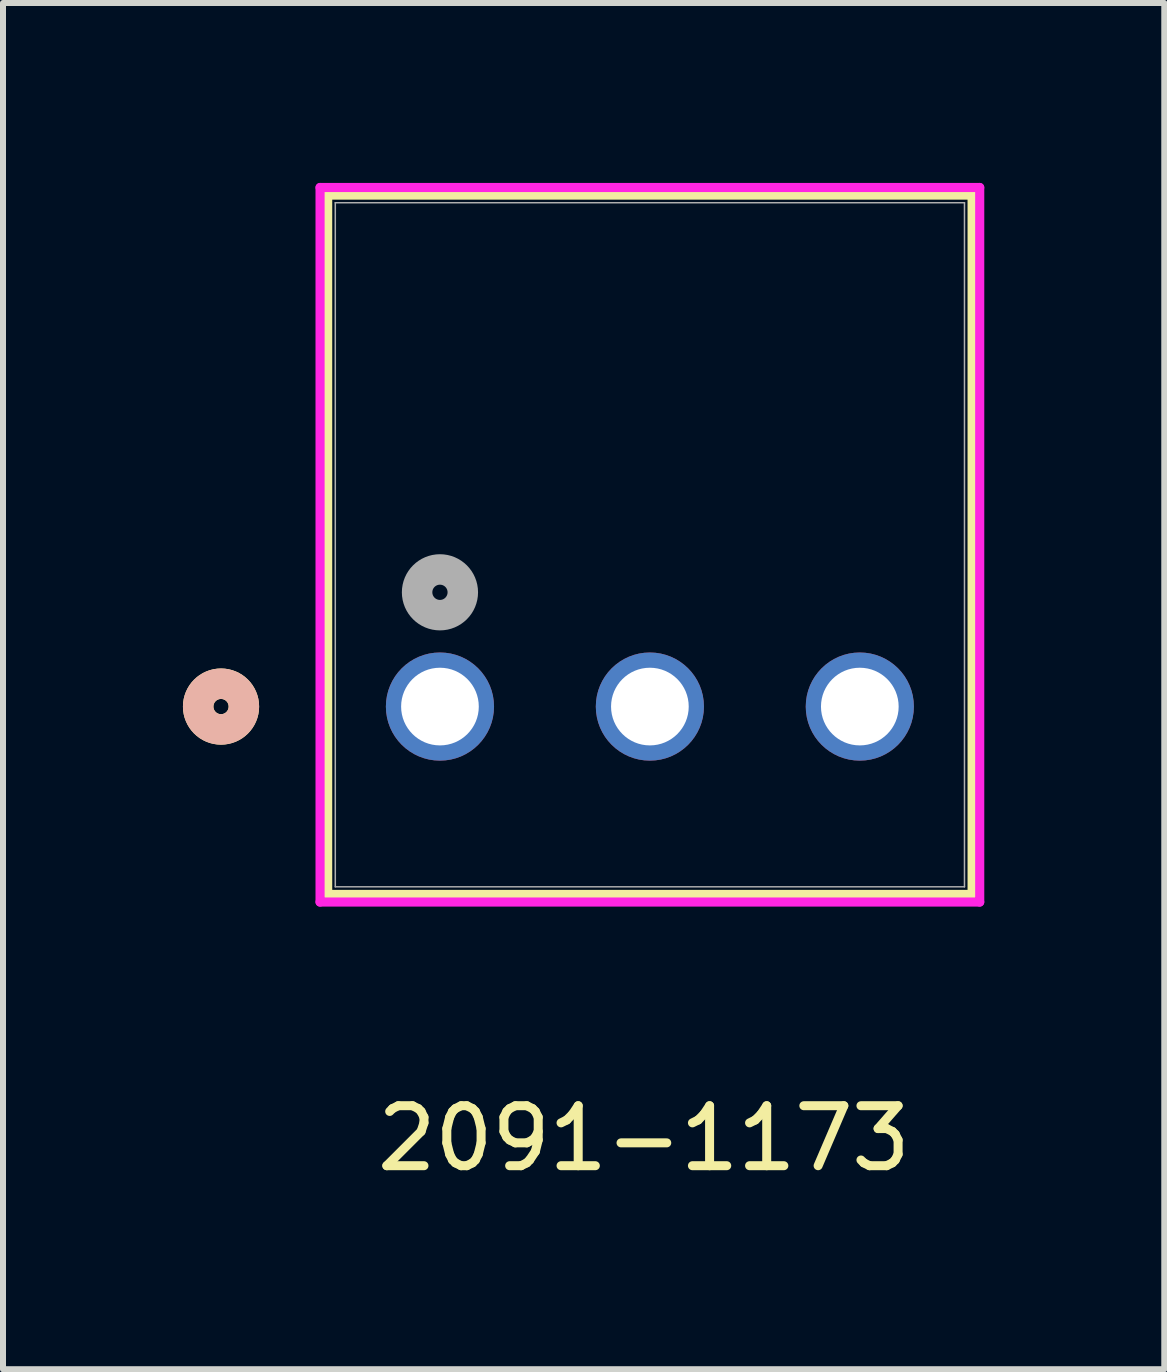
<source format=kicad_pcb>
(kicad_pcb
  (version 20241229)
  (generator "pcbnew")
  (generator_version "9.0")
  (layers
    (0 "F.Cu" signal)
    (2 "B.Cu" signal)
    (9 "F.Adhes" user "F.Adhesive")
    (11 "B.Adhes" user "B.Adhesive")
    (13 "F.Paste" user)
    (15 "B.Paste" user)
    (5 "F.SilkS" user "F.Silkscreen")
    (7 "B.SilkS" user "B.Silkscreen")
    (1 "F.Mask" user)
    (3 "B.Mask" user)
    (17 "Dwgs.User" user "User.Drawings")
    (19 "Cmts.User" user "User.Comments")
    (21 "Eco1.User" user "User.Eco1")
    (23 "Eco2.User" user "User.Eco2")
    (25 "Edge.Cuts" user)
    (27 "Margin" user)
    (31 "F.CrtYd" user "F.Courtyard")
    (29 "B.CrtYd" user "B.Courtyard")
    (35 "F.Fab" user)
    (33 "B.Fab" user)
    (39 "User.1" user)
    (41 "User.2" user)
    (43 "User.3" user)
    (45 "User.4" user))
  (footprint "2091-1173"
    (layer "F.Cu")
    (at 4.285 8.73)
    (property "Reference" "2091-1173" (at 3.4 7.2 0) (unlocked yes) (layer "F.SilkS") (effects (font (size 1 1) (thickness 0.15))))
    (attr through_hole)
    (fp_line (start -1.872 -8.527) (end -1.872 3.132) (stroke (width 0.152) (type solid)) (layer "F.SilkS"))
    (fp_line (start -1.872 3.132) (end 8.872 3.132) (stroke (width 0.152) (type solid)) (layer "F.SilkS"))
    (fp_line (start 8.872 -8.527) (end -1.872 -8.527) (stroke (width 0.152) (type solid)) (layer "F.SilkS"))
    (fp_line (start 8.872 3.132) (end 8.872 -8.527) (stroke (width 0.152) (type solid)) (layer "F.SilkS"))
    (fp_circle (center -3.65 0) (end -3.269 0) (stroke (width 0.508) (type solid)) (fill no) (layer "F.SilkS"))
    (fp_circle (center -3.65 0) (end -3.269 0) (stroke (width 0.508) (type solid)) (fill no) (layer "B.SilkS"))
    (fp_line (start -1.999 -8.654) (end -1.999 3.259) (stroke (width 0.152) (type solid)) (layer "F.CrtYd"))
    (fp_line (start -1.999 3.259) (end 8.999 3.259) (stroke (width 0.152) (type solid)) (layer "F.CrtYd"))
    (fp_line (start 8.999 -8.654) (end -1.999 -8.654) (stroke (width 0.152) (type solid)) (layer "F.CrtYd"))
    (fp_line (start 8.999 3.259) (end 8.999 -8.654) (stroke (width 0.152) (type solid)) (layer "F.CrtYd"))
    (fp_line (start -1.745 -8.4) (end -1.745 3.005) (stroke (width 0.025) (type solid)) (layer "F.Fab"))
    (fp_line (start -1.745 3.005) (end 8.745 3.005) (stroke (width 0.025) (type solid)) (layer "F.Fab"))
    (fp_line (start 8.745 -8.4) (end -1.745 -8.4) (stroke (width 0.025) (type solid)) (layer "F.Fab"))
    (fp_line (start 8.745 3.005) (end 8.745 -8.4) (stroke (width 0.025) (type solid)) (layer "F.Fab"))
    (fp_circle (center 0 -1.905) (end 0.381 -1.905) (stroke (width 0.508) (type solid)) (fill no) (layer "F.Fab"))
    (pad "1" thru_hole circle (at 0 0) (size 1.803 1.803) (drill 1.295) (layers "*.Cu" "*.Mask"))
    (pad "2" thru_hole circle (at 3.5 0) (size 1.803 1.803) (drill 1.295) (layers "*.Cu" "*.Mask"))
    (pad "3" thru_hole circle (at 7 0) (size 1.803 1.803) (drill 1.295) (layers "*.Cu" "*.Mask")))
  (gr_rect
    (start -3 -3)
    (end 16.361 19.778)
    (stroke (width 0.1) (type default))
    (fill no)
    (layer "Edge.Cuts")))
</source>
